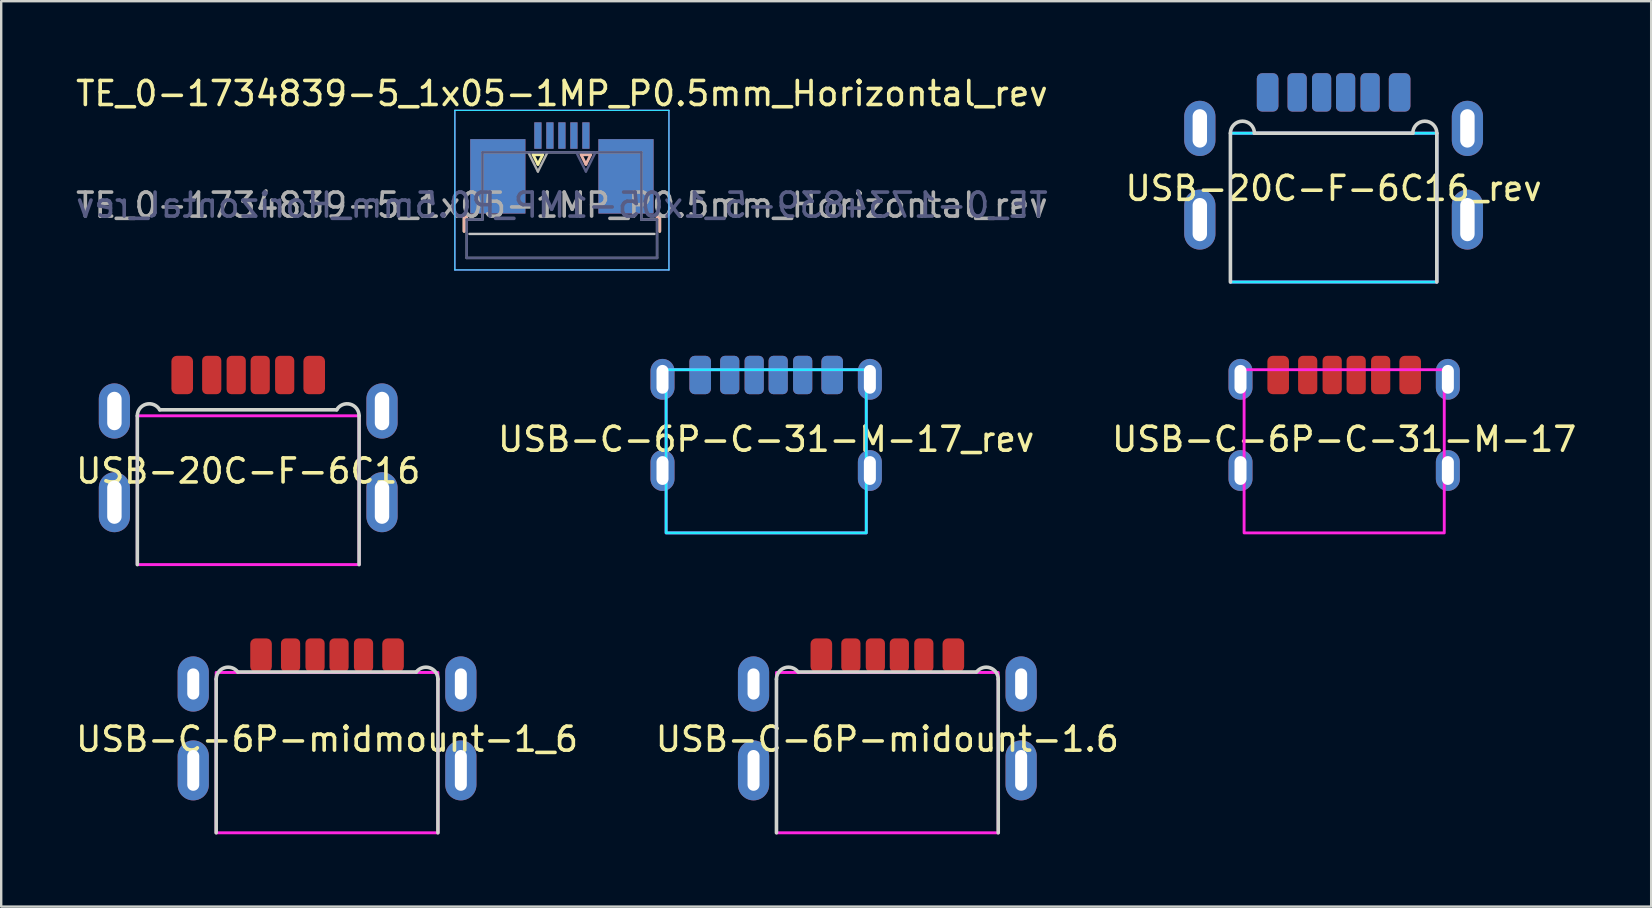
<source format=kicad_pcb>
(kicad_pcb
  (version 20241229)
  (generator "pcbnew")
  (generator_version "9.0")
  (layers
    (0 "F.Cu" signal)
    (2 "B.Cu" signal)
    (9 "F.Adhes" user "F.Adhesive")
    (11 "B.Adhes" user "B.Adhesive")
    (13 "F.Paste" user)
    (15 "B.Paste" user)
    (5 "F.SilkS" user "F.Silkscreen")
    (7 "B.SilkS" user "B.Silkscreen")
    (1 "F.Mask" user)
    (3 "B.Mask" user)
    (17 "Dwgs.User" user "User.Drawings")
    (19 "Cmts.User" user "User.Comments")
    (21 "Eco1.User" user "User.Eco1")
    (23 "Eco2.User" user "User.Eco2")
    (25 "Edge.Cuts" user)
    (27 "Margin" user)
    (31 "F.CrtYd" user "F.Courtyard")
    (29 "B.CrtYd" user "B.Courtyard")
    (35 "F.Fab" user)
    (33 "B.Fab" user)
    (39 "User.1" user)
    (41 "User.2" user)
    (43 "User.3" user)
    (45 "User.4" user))
  (footprint "USB-20C-F-6C16_rev"
    (layer "F.Cu")
    (at 52.518 5.3)
    (property "Reference" "USB-20C-F-6C16_rev" (at 0 -0.5 0) (unlocked yes) (layer "F.SilkS") (effects (font (size 1 1) (thickness 0.15))))
    (fp_line (start -4.3 3.4) (end -4.3 -2.8) (stroke (width 0.15) (type default)) (layer "Edge.Cuts"))
    (fp_line (start -3.3 -2.8) (end 3.3 -2.8) (stroke (width 0.15) (type default)) (layer "Edge.Cuts"))
    (fp_line (start 4.3 -2.8) (end 4.3 3.4) (stroke (width 0.15) (type default)) (layer "Edge.Cuts"))
    (fp_arc (start -4.3 -2.8) (mid -3.8 -3.3) (end -3.3 -2.8) (stroke (width 0.15) (type default)) (layer "Edge.Cuts"))
    (fp_arc (start 3.3 -2.8) (mid 3.8 -3.3) (end 4.3 -2.8) (stroke (width 0.15) (type default)) (layer "Edge.Cuts"))
    (fp_rect (start -4.3 -2.8) (end 4.3 3.4) (stroke (width 0.12) (type default)) (fill no) (layer "B.CrtYd"))
    (fp_rect (start -4.3 -2.8) (end 4.3 3.4) (stroke (width 0.12) (type default)) (fill no) (layer "F.CrtYd"))
    (pad "A5" smd roundrect (at -0.5 -4.5) (size 0.8 1.6) (layers "F.Cu" "F.Mask" "F.Paste") (roundrect_rratio 0.25))
    (pad "A5" smd roundrect (at 0.5 -4.5) (size 0.8 1.6) (layers "B.Cu" "B.Mask" "B.Paste") (roundrect_rratio 0.25))
    (pad "A9" smd roundrect (at -1.52 -4.5) (size 0.8 1.6) (layers "B.Cu" "B.Mask" "B.Paste") (roundrect_rratio 0.25))
    (pad "A9" smd roundrect (at 1.52 -4.5) (size 0.8 1.6) (layers "F.Cu" "F.Mask" "F.Paste") (roundrect_rratio 0.25))
    (pad "A12" smd roundrect (at -2.75 -4.5) (size 0.9 1.6) (layers "B.Cu" "B.Mask" "B.Paste") (roundrect_rratio 0.25))
    (pad "A12" smd roundrect (at 2.75 -4.5) (size 0.9 1.6) (layers "F.Cu" "F.Mask" "F.Paste") (roundrect_rratio 0.25))
    (pad "B5" smd roundrect (at -0.5 -4.5) (size 0.8 1.6) (layers "B.Cu" "B.Mask" "B.Paste") (roundrect_rratio 0.25))
    (pad "B5" smd roundrect (at 0.5 -4.5) (size 0.8 1.6) (layers "F.Cu" "F.Mask" "F.Paste") (roundrect_rratio 0.25))
    (pad "B9" smd roundrect (at -1.52 -4.5) (size 0.8 1.6) (layers "F.Cu" "F.Mask" "F.Paste") (roundrect_rratio 0.25))
    (pad "B9" smd roundrect (at 1.52 -4.5) (size 0.8 1.6) (layers "B.Cu" "B.Mask" "B.Paste") (roundrect_rratio 0.25))
    (pad "B12" smd roundrect (at -2.75 -4.5) (size 0.9 1.6) (layers "F.Cu" "F.Mask" "F.Paste") (roundrect_rratio 0.25))
    (pad "B12" smd roundrect (at 2.75 -4.5) (size 0.9 1.6) (layers "B.Cu" "B.Mask" "B.Paste") (roundrect_rratio 0.25))
    (pad "S1" thru_hole oval (at -5.575 -3) (size 1.3 2.3) (drill oval 0.6 1.6) (layers "*.Cu" "*.Mask"))
    (pad "S1" thru_hole oval (at -5.575 0.8) (size 1.3 2.5) (drill oval 0.6 1.8) (layers "*.Cu" "*.Mask"))
    (pad "S1" thru_hole oval (at 5.575 -3) (size 1.3 2.3) (drill oval 0.6 1.6) (layers "*.Cu" "*.Mask"))
    (pad "S1" thru_hole oval (at 5.575 0.8) (size 1.3 2.5) (drill oval 0.6 1.8) (layers "*.Cu" "*.Mask")))
  (footprint "USB-C-6P-midount-1.6"
    (layer "F.Cu")
    (at 33.923 28.25)
    (property "Reference" "USB-C-6P-midount-1.6" (at 0 -0.5 0) (unlocked yes) (layer "F.SilkS") (effects (font (size 1 1) (thickness 0.15))))
    (fp_line (start -4.62 3.4) (end -4.62 -3) (stroke (width 0.15) (type default)) (layer "Edge.Cuts"))
    (fp_line (start -3.687 -3.3) (end 3.687 -3.3) (stroke (width 0.15) (type default)) (layer "Edge.Cuts"))
    (fp_line (start 4.62 -3) (end 4.62 3.4) (stroke (width 0.15) (type default)) (layer "Edge.Cuts"))
    (fp_arc (start -4.62 -3) (mid -4.278114 -3.474342) (end -3.72 -3.3) (stroke (width 0.15) (type default)) (layer "Edge.Cuts"))
    (fp_arc (start 3.720001 -3.300001) (mid 4.278114 -3.474341) (end 4.62 -3) (stroke (width 0.15) (type default)) (layer "Edge.Cuts"))
    (fp_rect (start -4.62 -3.28) (end 4.62 3.4) (stroke (width 0.12) (type default)) (fill no) (layer "F.CrtYd"))
    (pad "A5" smd roundrect (at -0.5 -4) (size 0.8 1.4) (layers "F.Cu" "F.Mask" "F.Paste") (roundrect_rratio 0.25))
    (pad "A9" smd roundrect (at 1.52 -4) (size 0.8 1.4) (layers "F.Cu" "F.Mask" "F.Paste") (roundrect_rratio 0.25))
    (pad "A12" smd roundrect (at 2.75 -4) (size 0.9 1.4) (layers "F.Cu" "F.Mask" "F.Paste") (roundrect_rratio 0.25))
    (pad "B5" smd roundrect (at 0.5 -4) (size 0.8 1.4) (layers "F.Cu" "F.Mask" "F.Paste") (roundrect_rratio 0.25))
    (pad "B9" smd roundrect (at -1.52 -4) (size 0.8 1.4) (layers "F.Cu" "F.Mask" "F.Paste") (roundrect_rratio 0.25))
    (pad "B12" smd roundrect (at -2.75 -4) (size 0.9 1.4) (layers "F.Cu" "F.Mask" "F.Paste") (roundrect_rratio 0.25))
    (pad "S1" thru_hole oval (at -5.575 -2.8) (size 1.3 2.3) (drill oval 0.5 1.3) (layers "*.Cu" "*.Mask"))
    (pad "S1" thru_hole oval (at -5.575 0.8) (size 1.3 2.5) (drill oval 0.5 1.7) (layers "*.Cu" "*.Mask"))
    (pad "S1" thru_hole oval (at 5.575 -2.8) (size 1.3 2.3) (drill oval 0.5 1.3) (layers "*.Cu" "*.Mask"))
    (pad "S1" thru_hole oval (at 5.575 0.8) (size 1.3 2.5) (drill oval 0.5 1.7) (layers "*.Cu" "*.Mask")))
  (footprint "USB-C-6P-midmount-1_6"
    (layer "F.Cu")
    (at 10.577 28.25)
    (property "Reference" "USB-C-6P-midmount-1_6" (at 0 -0.5 0) (unlocked yes) (layer "F.SilkS") (effects (font (size 1 1) (thickness 0.15))))
    (fp_line (start -4.62 3.4) (end -4.62 -3) (stroke (width 0.15) (type default)) (layer "Edge.Cuts"))
    (fp_line (start -3.72 -3.3) (end 3.72 -3.3) (stroke (width 0.15) (type default)) (layer "Edge.Cuts"))
    (fp_line (start 4.62 -3) (end 4.62 3.4) (stroke (width 0.15) (type default)) (layer "Edge.Cuts"))
    (fp_arc (start -4.62 -3) (mid -4.278114 -3.474342) (end -3.72 -3.300001) (stroke (width 0.15) (type default)) (layer "Edge.Cuts"))
    (fp_arc (start 3.720001 -3.300001) (mid 4.278114 -3.474341) (end 4.62 -3) (stroke (width 0.15) (type default)) (layer "Edge.Cuts"))
    (fp_rect (start -4.62 -3.28) (end 4.62 3.4) (stroke (width 0.12) (type default)) (fill no) (layer "F.CrtYd"))
    (pad "A5" smd roundrect (at -0.5 -4) (size 0.8 1.4) (layers "F.Cu" "F.Mask" "F.Paste") (roundrect_rratio 0.25))
    (pad "A9" smd roundrect (at 1.52 -4) (size 0.8 1.4) (layers "F.Cu" "F.Mask" "F.Paste") (roundrect_rratio 0.25))
    (pad "A12" smd roundrect (at 2.75 -4) (size 0.9 1.4) (layers "F.Cu" "F.Mask" "F.Paste") (roundrect_rratio 0.25))
    (pad "B5" smd roundrect (at 0.5 -4) (size 0.8 1.4) (layers "F.Cu" "F.Mask" "F.Paste") (roundrect_rratio 0.25))
    (pad "B9" smd roundrect (at -1.52 -4) (size 0.8 1.4) (layers "F.Cu" "F.Mask" "F.Paste") (roundrect_rratio 0.25))
    (pad "B12" smd roundrect (at -2.75 -4) (size 0.9 1.4) (layers "F.Cu" "F.Mask" "F.Paste") (roundrect_rratio 0.25))
    (pad "S1" thru_hole oval (at -5.575 -2.8) (size 1.3 2.3) (drill oval 0.5 1.3) (layers "*.Cu" "*.Mask"))
    (pad "S1" thru_hole oval (at -5.575 0.8) (size 1.3 2.5) (drill oval 0.5 1.7) (layers "*.Cu" "*.Mask"))
    (pad "S1" thru_hole oval (at 5.575 -2.8) (size 1.3 2.3) (drill oval 0.5 1.3) (layers "*.Cu" "*.Mask"))
    (pad "S1" thru_hole oval (at 5.575 0.8) (size 1.3 2.5) (drill oval 0.5 1.7) (layers "*.Cu" "*.Mask")))
  (footprint "TE_0-1734839-5_1x05-1MP_P0.5mm_Horizontal_rev"
    (layer "F.Cu")
    (at 20.363 3.948)
    (property "Reference" "TE_0-1734839-5_1x05-1MP_P0.5mm_Horizontal_rev" (at 0 -3.1 0) (layer "F.SilkS") (effects (font (size 1 1) (thickness 0.15))))
    (attr smd)
    (fp_line (start -4.075 2.04) (end -4.075 2.64) (stroke (width 0.12) (type solid)) (layer "F.SilkS"))
    (fp_line (start -3.965 2.04) (end -4.075 2.04) (stroke (width 0.12) (type solid)) (layer "F.SilkS"))
    (fp_line (start -1.2 -0.55) (end -1 -0.15) (stroke (width 0.12) (type solid)) (layer "F.SilkS"))
    (fp_line (start -1 -0.15) (end -0.8 -0.55) (stroke (width 0.12) (type solid)) (layer "F.SilkS"))
    (fp_line (start -0.8 -0.55) (end -1.2 -0.55) (stroke (width 0.12) (type solid)) (layer "F.SilkS"))
    (fp_line (start 3.965 2.04) (end 4.075 2.04) (stroke (width 0.12) (type solid)) (layer "F.SilkS"))
    (fp_line (start 4.075 2.04) (end 4.075 2.64) (stroke (width 0.12) (type solid)) (layer "F.SilkS"))
    (fp_line (start -4.075 2.04) (end -4.075 2.64) (stroke (width 0.12) (type solid)) (layer "B.SilkS"))
    (fp_line (start -3.965 2.04) (end -4.075 2.04) (stroke (width 0.12) (type solid)) (layer "B.SilkS"))
    (fp_line (start 0.8 -0.55) (end 1.2 -0.55) (stroke (width 0.12) (type solid)) (layer "B.SilkS"))
    (fp_line (start 1 -0.15) (end 0.8 -0.55) (stroke (width 0.12) (type solid)) (layer "B.SilkS"))
    (fp_line (start 1.2 -0.55) (end 1 -0.15) (stroke (width 0.12) (type solid)) (layer "B.SilkS"))
    (fp_line (start 3.965 2.04) (end 4.075 2.04) (stroke (width 0.12) (type solid)) (layer "B.SilkS"))
    (fp_line (start 4.075 2.04) (end 4.075 2.64) (stroke (width 0.12) (type solid)) (layer "B.SilkS"))
    (fp_line (start 3.855 2.75) (end -3.855 2.75) (stroke (width 0.1) (type solid)) (layer "Dwgs.User"))
    (fp_line (start -4.46 -2.4) (end 4.46 -2.4) (stroke (width 0.05) (type solid)) (layer "B.CrtYd"))
    (fp_line (start -4.46 4.25) (end -4.46 -2.4) (stroke (width 0.05) (type solid)) (layer "B.CrtYd"))
    (fp_line (start 4.46 -2.4) (end 4.46 4.25) (stroke (width 0.05) (type solid)) (layer "B.CrtYd"))
    (fp_line (start 4.46 4.25) (end -4.46 4.25) (stroke (width 0.05) (type solid)) (layer "B.CrtYd"))
    (fp_line (start -4.46 -2.4) (end -4.46 4.25) (stroke (width 0.05) (type solid)) (layer "F.CrtYd"))
    (fp_line (start -4.46 4.25) (end 4.46 4.25) (stroke (width 0.05) (type solid)) (layer "F.CrtYd"))
    (fp_line (start 4.46 -2.4) (end -4.46 -2.4) (stroke (width 0.05) (type solid)) (layer "F.CrtYd"))
    (fp_line (start 4.46 4.25) (end 4.46 -2.4) (stroke (width 0.05) (type solid)) (layer "F.CrtYd"))
    (fp_line (start -3.965 2.15) (end -3.965 3.75) (stroke (width 0.1) (type solid)) (layer "B.Fab"))
    (fp_line (start -3.965 3.75) (end 3.965 3.75) (stroke (width 0.1) (type solid)) (layer "B.Fab"))
    (fp_line (start -3.31 -0.65) (end -3.31 2.15) (stroke (width 0.1) (type solid)) (layer "B.Fab"))
    (fp_line (start -3.31 2.15) (end -3.965 2.15) (stroke (width 0.1) (type solid)) (layer "B.Fab"))
    (fp_line (start 1 0.15) (end 0.6 -0.65) (stroke (width 0.1) (type solid)) (layer "B.Fab"))
    (fp_line (start 1.4 -0.65) (end 1 0.15) (stroke (width 0.1) (type solid)) (layer "B.Fab"))
    (fp_line (start 3.31 -0.65) (end -3.31 -0.65) (stroke (width 0.1) (type solid)) (layer "B.Fab"))
    (fp_line (start 3.31 2.15) (end 3.31 -0.65) (stroke (width 0.1) (type solid)) (layer "B.Fab"))
    (fp_line (start 3.965 2.15) (end 3.31 2.15) (stroke (width 0.1) (type solid)) (layer "B.Fab"))
    (fp_line (start 3.965 3.75) (end 3.965 2.15) (stroke (width 0.1) (type solid)) (layer "B.Fab"))
    (fp_line (start -3.965 2.15) (end -3.31 2.15) (stroke (width 0.1) (type solid)) (layer "F.Fab"))
    (fp_line (start -3.965 3.75) (end -3.965 2.15) (stroke (width 0.1) (type solid)) (layer "F.Fab"))
    (fp_line (start -3.31 -0.65) (end 3.31 -0.65) (stroke (width 0.1) (type solid)) (layer "F.Fab"))
    (fp_line (start -3.31 2.15) (end -3.31 -0.65) (stroke (width 0.1) (type solid)) (layer "F.Fab"))
    (fp_line (start -1.4 -0.65) (end -1 0.15) (stroke (width 0.1) (type solid)) (layer "F.Fab"))
    (fp_line (start -1 0.15) (end -0.6 -0.65) (stroke (width 0.1) (type solid)) (layer "F.Fab"))
    (fp_line (start 3.31 -0.65) (end 3.31 2.15) (stroke (width 0.1) (type solid)) (layer "F.Fab"))
    (fp_line (start 3.31 2.15) (end 3.965 2.15) (stroke (width 0.1) (type solid)) (layer "F.Fab"))
    (fp_line (start 3.965 2.15) (end 3.965 3.75) (stroke (width 0.1) (type solid)) (layer "F.Fab"))
    (fp_line (start 3.965 3.75) (end -3.965 3.75) (stroke (width 0.1) (type solid)) (layer "F.Fab"))
    (fp_text user "${REFERENCE}" (at 0 1.55 0) (layer "B.Fab") (effects (font (size 1 1) (thickness 0.15)) (justify mirror)))
    (fp_text user "${REFERENCE}" (at 0 1.55 0) (layer "F.Fab") (effects (font (size 1 1) (thickness 0.15))))
    (pad "1" smd rect (at -1 -1.35) (size 0.3 1.1) (layers "F.Cu" "F.Mask" "F.Paste"))
    (pad "1" smd rect (at 1 -1.35) (size 0.3 1.1) (layers "B.Cu" "B.Mask" "B.Paste"))
    (pad "2" smd rect (at -0.5 -1.35) (size 0.3 1.1) (layers "F.Cu" "F.Mask" "F.Paste"))
    (pad "2" smd rect (at 0.5 -1.35) (size 0.3 1.1) (layers "B.Cu" "B.Mask" "B.Paste"))
    (pad "3" smd rect (at 0 -1.35) (size 0.3 1.1) (layers "F.Cu" "F.Mask" "F.Paste"))
    (pad "3" smd rect (at 0 -1.35) (size 0.3 1.1) (layers "B.Cu" "B.Mask" "B.Paste"))
    (pad "4" smd rect (at -0.5 -1.35) (size 0.3 1.1) (layers "B.Cu" "B.Mask" "B.Paste"))
    (pad "4" smd rect (at 0.5 -1.35) (size 0.3 1.1) (layers "F.Cu" "F.Mask" "F.Paste"))
    (pad "5" smd rect (at -1 -1.35) (size 0.3 1.1) (layers "B.Cu" "B.Mask" "B.Paste"))
    (pad "5" smd rect (at 1 -1.35) (size 0.3 1.1) (layers "F.Cu" "F.Mask" "F.Paste"))
    (pad "MP" smd rect (at -2.67 0.35) (size 2.3 3.1) (layers "F.Cu" "F.Mask" "F.Paste"))
    (pad "MP" smd rect (at -2.67 0.35) (size 2.3 3.1) (layers "B.Cu" "B.Mask" "B.Paste"))
    (pad "MP" smd rect (at 2.67 0.35) (size 2.3 3.1) (layers "F.Cu" "F.Mask" "F.Paste"))
    (pad "MP" smd rect (at 2.67 0.35) (size 2.3 3.1) (layers "B.Cu" "B.Mask" "B.Paste")))
  (footprint "USB-20C-F-6C16"
    (layer "F.Cu")
    (at 7.292 17.075)
    (property "Reference" "USB-20C-F-6C16" (at 0 -0.5 0) (unlocked yes) (layer "F.SilkS") (effects (font (size 1 1) (thickness 0.15))))
    (fp_line (start -4.62 3.4) (end -4.62 -2.8) (stroke (width 0.15) (type default)) (layer "Edge.Cuts"))
    (fp_line (start -3.687 -3.05) (end 3.687 -3.05) (stroke (width 0.15) (type default)) (layer "Edge.Cuts"))
    (fp_line (start 4.62 -2.8) (end 4.62 3.4) (stroke (width 0.15) (type default)) (layer "Edge.Cuts"))
    (fp_arc (start -4.62 -2.8) (mid -4.24941 -3.282963) (end -3.686988 -3.050001) (stroke (width 0.15) (type default)) (layer "Edge.Cuts"))
    (fp_arc (start 3.686988 -3.050001) (mid 4.24941 -3.282963) (end 4.62 -2.8) (stroke (width 0.15) (type default)) (layer "Edge.Cuts"))
    (fp_rect (start -4.62 -2.8) (end 4.62 3.4) (stroke (width 0.12) (type default)) (fill no) (layer "F.CrtYd"))
    (pad "A5" smd roundrect (at -0.5 -4.5) (size 0.8 1.6) (layers "F.Cu" "F.Mask" "F.Paste") (roundrect_rratio 0.25))
    (pad "A9" smd roundrect (at 1.52 -4.5) (size 0.8 1.6) (layers "F.Cu" "F.Mask" "F.Paste") (roundrect_rratio 0.25))
    (pad "A12" smd roundrect (at 2.75 -4.5) (size 0.9 1.6) (layers "F.Cu" "F.Mask" "F.Paste") (roundrect_rratio 0.25))
    (pad "B5" smd roundrect (at 0.5 -4.5) (size 0.8 1.6) (layers "F.Cu" "F.Mask" "F.Paste") (roundrect_rratio 0.25))
    (pad "B9" smd roundrect (at -1.52 -4.5) (size 0.8 1.6) (layers "F.Cu" "F.Mask" "F.Paste") (roundrect_rratio 0.25))
    (pad "B12" smd roundrect (at -2.75 -4.5) (size 0.9 1.6) (layers "F.Cu" "F.Mask" "F.Paste") (roundrect_rratio 0.25))
    (pad "S1" thru_hole oval (at -5.575 -3) (size 1.3 2.3) (drill oval 0.6 1.6) (layers "*.Cu" "*.Mask"))
    (pad "S1" thru_hole oval (at -5.575 0.8) (size 1.3 2.5) (drill oval 0.6 1.8) (layers "*.Cu" "*.Mask"))
    (pad "S1" thru_hole oval (at 5.575 -3) (size 1.3 2.3) (drill oval 0.6 1.6) (layers "*.Cu" "*.Mask"))
    (pad "S1" thru_hole oval (at 5.575 0.8) (size 1.3 2.5) (drill oval 0.6 1.8) (layers "*.Cu" "*.Mask")))
  (footprint "USB-C-6P-C-31-M-17_rev"
    (layer "F.Cu")
    (at 28.875 15.755)
    (property "Reference" "USB-C-6P-C-31-M-17_rev" (at 0 -0.5 0) (unlocked yes) (layer "F.SilkS") (effects (font (size 1 1) (thickness 0.15))))
    (fp_rect (start -4.17 -3.4) (end 4.17 3.4) (stroke (width 0.12) (type default)) (fill no) (layer "B.CrtYd"))
    (fp_rect (start -4.17 -3.4) (end 4.17 3.4) (stroke (width 0.12) (type default)) (fill no) (layer "F.CrtYd"))
    (pad "A5" smd roundrect (at -0.5 -3.18) (size 0.8 1.6) (layers "F.Cu" "F.Mask" "F.Paste") (roundrect_rratio 0.25))
    (pad "A5" smd roundrect (at 0.5 -3.18) (size 0.8 1.6) (layers "B.Cu" "B.Mask" "B.Paste") (roundrect_rratio 0.25))
    (pad "A9" smd roundrect (at -1.52 -3.18) (size 0.8 1.6) (layers "B.Cu" "B.Mask" "B.Paste") (roundrect_rratio 0.25))
    (pad "A9" smd roundrect (at 1.52 -3.18) (size 0.8 1.6) (layers "F.Cu" "F.Mask" "F.Paste") (roundrect_rratio 0.25))
    (pad "A12" smd roundrect (at -2.75 -3.18) (size 0.9 1.6) (layers "B.Cu" "B.Mask" "B.Paste") (roundrect_rratio 0.25))
    (pad "A12" smd roundrect (at 2.75 -3.18) (size 0.9 1.6) (layers "F.Cu" "F.Mask" "F.Paste") (roundrect_rratio 0.25))
    (pad "B5" smd roundrect (at -0.5 -3.18) (size 0.8 1.6) (layers "B.Cu" "B.Mask" "B.Paste") (roundrect_rratio 0.25))
    (pad "B5" smd roundrect (at 0.5 -3.18) (size 0.8 1.6) (layers "F.Cu" "F.Mask" "F.Paste") (roundrect_rratio 0.25))
    (pad "B9" smd roundrect (at -1.52 -3.18) (size 0.8 1.6) (layers "F.Cu" "F.Mask" "F.Paste") (roundrect_rratio 0.25))
    (pad "B9" smd roundrect (at 1.52 -3.18) (size 0.8 1.6) (layers "B.Cu" "B.Mask" "B.Paste") (roundrect_rratio 0.25))
    (pad "B12" smd roundrect (at -2.75 -3.18) (size 0.9 1.6) (layers "F.Cu" "F.Mask" "F.Paste") (roundrect_rratio 0.25))
    (pad "B12" smd roundrect (at 2.75 -3.18) (size 0.9 1.6) (layers "B.Cu" "B.Mask" "B.Paste") (roundrect_rratio 0.25))
    (pad "S1" thru_hole oval (at -4.32 -3) (size 1 1.7) (drill oval 0.5 1.2) (layers "*.Cu" "*.Mask"))
    (pad "S1" thru_hole oval (at -4.32 0.8) (size 1 1.7) (drill oval 0.5 1.2) (layers "*.Cu" "*.Mask"))
    (pad "S1" thru_hole oval (at 4.32 -3) (size 1 1.7) (drill oval 0.5 1.2) (layers "*.Cu" "*.Mask"))
    (pad "S1" thru_hole oval (at 4.32 0.8) (size 1 1.7) (drill oval 0.5 1.2) (layers "*.Cu" "*.Mask")))
  (footprint "USB-C-6P-C-31-M-17"
    (layer "F.Cu")
    (at 52.958 15.755)
    (property "Reference" "USB-C-6P-C-31-M-17" (at 0 -0.5 0) (unlocked yes) (layer "F.SilkS") (effects (font (size 1 1) (thickness 0.15))))
    (fp_rect (start -4.17 -3.4) (end 4.17 3.4) (stroke (width 0.12) (type default)) (fill no) (layer "F.CrtYd"))
    (pad "A5" smd roundrect (at -0.5 -3.18) (size 0.8 1.6) (layers "F.Cu" "F.Mask" "F.Paste") (roundrect_rratio 0.25))
    (pad "A9" smd roundrect (at 1.52 -3.18) (size 0.8 1.6) (layers "F.Cu" "F.Mask" "F.Paste") (roundrect_rratio 0.25))
    (pad "A12" smd roundrect (at 2.75 -3.18) (size 0.9 1.6) (layers "F.Cu" "F.Mask" "F.Paste") (roundrect_rratio 0.25))
    (pad "B5" smd roundrect (at 0.5 -3.18) (size 0.8 1.6) (layers "F.Cu" "F.Mask" "F.Paste") (roundrect_rratio 0.25))
    (pad "B9" smd roundrect (at -1.52 -3.18) (size 0.8 1.6) (layers "F.Cu" "F.Mask" "F.Paste") (roundrect_rratio 0.25))
    (pad "B12" smd roundrect (at -2.75 -3.18) (size 0.9 1.6) (layers "F.Cu" "F.Mask" "F.Paste") (roundrect_rratio 0.25))
    (pad "S1" thru_hole oval (at -4.32 -3) (size 1 1.7) (drill oval 0.5 1.2) (layers "*.Cu" "*.Mask"))
    (pad "S1" thru_hole oval (at -4.32 0.8) (size 1 1.7) (drill oval 0.5 1.2) (layers "*.Cu" "*.Mask"))
    (pad "S1" thru_hole oval (at 4.32 -3) (size 1 1.7) (drill oval 0.5 1.2) (layers "*.Cu" "*.Mask"))
    (pad "S1" thru_hole oval (at 4.32 0.8) (size 1 1.7) (drill oval 0.5 1.2) (layers "*.Cu" "*.Mask")))
  (gr_rect
    (start -3 -3)
    (end 65.75 34.725)
    (stroke (width 0.1) (type default))
    (fill no)
    (layer "Edge.Cuts")))
</source>
